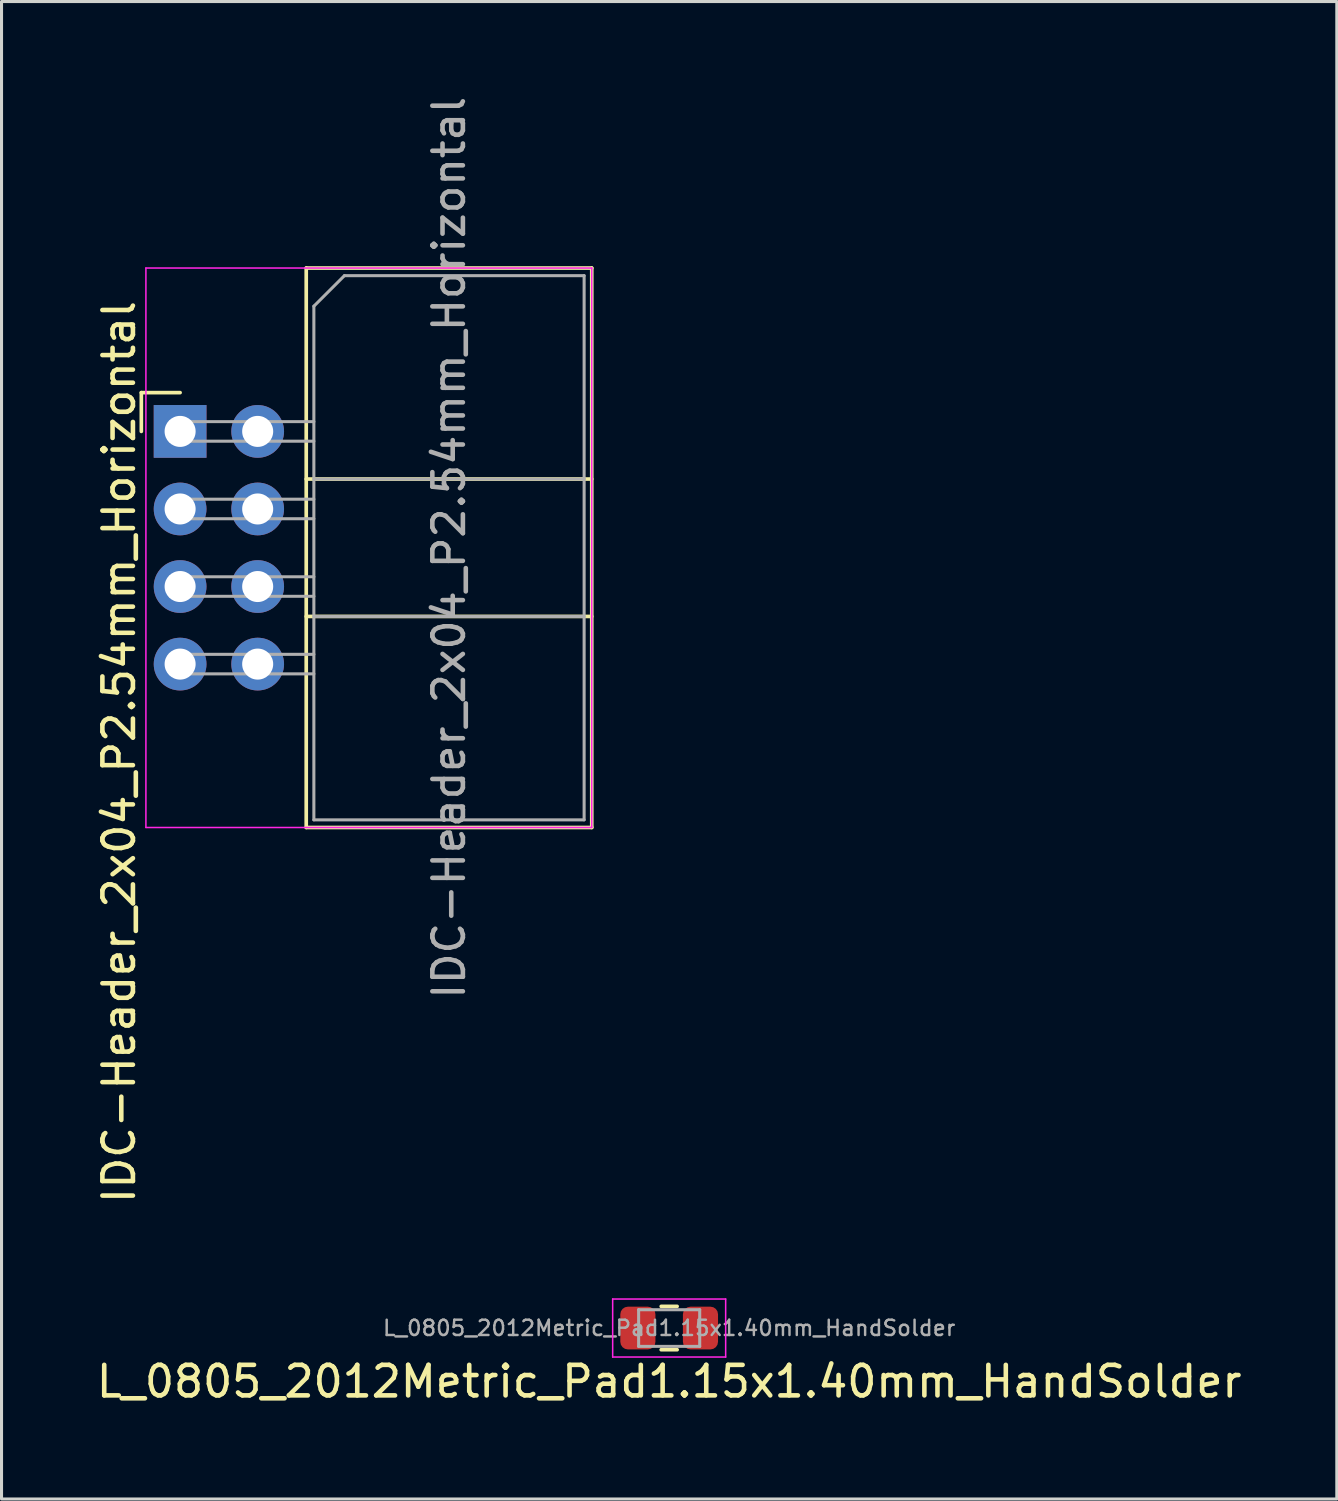
<source format=kicad_pcb>
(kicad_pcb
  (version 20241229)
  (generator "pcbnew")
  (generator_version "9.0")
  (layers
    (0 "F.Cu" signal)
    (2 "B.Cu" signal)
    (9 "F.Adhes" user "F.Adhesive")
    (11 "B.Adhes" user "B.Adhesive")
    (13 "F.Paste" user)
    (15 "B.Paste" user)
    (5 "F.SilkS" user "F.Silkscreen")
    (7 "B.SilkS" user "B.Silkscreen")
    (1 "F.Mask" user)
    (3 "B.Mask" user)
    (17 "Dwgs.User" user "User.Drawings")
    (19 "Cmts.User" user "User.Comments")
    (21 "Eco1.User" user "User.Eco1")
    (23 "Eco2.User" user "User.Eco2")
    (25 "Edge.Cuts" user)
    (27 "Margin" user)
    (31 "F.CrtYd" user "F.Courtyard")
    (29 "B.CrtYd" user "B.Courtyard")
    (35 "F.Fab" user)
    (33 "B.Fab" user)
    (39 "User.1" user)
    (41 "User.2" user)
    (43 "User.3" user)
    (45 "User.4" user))
  (footprint "L_0805_2012Metric_Pad1.15x1.40mm_HandSolder"
    (layer "F.Cu")
    (at 18.863 40.439)
    (property "Reference" "L_0805_2012Metric_Pad1.15x1.40mm_HandSolder" (at 0 1.75 0) (layer "F.SilkS") (effects (font (size 1 1) (thickness 0.15))))
    (attr smd)
    (fp_line (start -0.261 -0.71) (end 0.261 -0.71) (stroke (width 0.12) (type solid)) (layer "F.SilkS"))
    (fp_line (start -0.261 0.71) (end 0.261 0.71) (stroke (width 0.12) (type solid)) (layer "F.SilkS"))
    (fp_line (start -1.85 -0.95) (end 1.85 -0.95) (stroke (width 0.05) (type solid)) (layer "F.CrtYd"))
    (fp_line (start -1.85 0.95) (end -1.85 -0.95) (stroke (width 0.05) (type solid)) (layer "F.CrtYd"))
    (fp_line (start 1.85 -0.95) (end 1.85 0.95) (stroke (width 0.05) (type solid)) (layer "F.CrtYd"))
    (fp_line (start 1.85 0.95) (end -1.85 0.95) (stroke (width 0.05) (type solid)) (layer "F.CrtYd"))
    (fp_line (start -1 -0.6) (end 1 -0.6) (stroke (width 0.1) (type solid)) (layer "F.Fab"))
    (fp_line (start -1 0.6) (end -1 -0.6) (stroke (width 0.1) (type solid)) (layer "F.Fab"))
    (fp_line (start 1 -0.6) (end 1 0.6) (stroke (width 0.1) (type solid)) (layer "F.Fab"))
    (fp_line (start 1 0.6) (end -1 0.6) (stroke (width 0.1) (type solid)) (layer "F.Fab"))
    (fp_text user "${REFERENCE}" (at 0 0 0) (layer "F.Fab") (effects (font (size 0.5 0.5) (thickness 0.08))))
    (pad "1" smd roundrect (at -1.025 0) (size 1.15 1.4) (layers "F.Cu" "F.Mask" "F.Paste") (roundrect_rratio 0.217))
    (pad "2" smd roundrect (at 1.025 0) (size 1.15 1.4) (layers "F.Cu" "F.Mask" "F.Paste") (roundrect_rratio 0.217)))
  (footprint "IDC-Header_2x04_P2.54mm_Horizontal"
    (layer "F.Cu")
    (at 2.848 11.077)
    (property "Reference" "IDC-Header_2x04_P2.54mm_Horizontal" (at -2 10.5 270) (layer "F.SilkS") (effects (font (size 1 1) (thickness 0.15))))
    (attr through_hole)
    (fp_line (start -1.27 -1.27) (end -1.27 0) (stroke (width 0.12) (type solid)) (layer "F.SilkS"))
    (fp_line (start 0 -1.27) (end -1.27 -1.27) (stroke (width 0.12) (type solid)) (layer "F.SilkS"))
    (fp_line (start 4.13 -5.35) (end 13.48 -5.35) (stroke (width 0.12) (type solid)) (layer "F.SilkS"))
    (fp_line (start 4.13 1.56) (end 13.48 1.56) (stroke (width 0.12) (type solid)) (layer "F.SilkS"))
    (fp_line (start 4.13 6.06) (end 13.48 6.06) (stroke (width 0.12) (type solid)) (layer "F.SilkS"))
    (fp_line (start 4.13 12.97) (end 4.13 -5.35) (stroke (width 0.12) (type solid)) (layer "F.SilkS"))
    (fp_line (start 4.13 12.97) (end 13.48 12.97) (stroke (width 0.12) (type solid)) (layer "F.SilkS"))
    (fp_line (start 13.48 -5.35) (end 13.48 12.97) (stroke (width 0.12) (type solid)) (layer "F.SilkS"))
    (fp_line (start -1.12 -5.35) (end 13.48 -5.35) (stroke (width 0.05) (type solid)) (layer "F.CrtYd"))
    (fp_line (start -1.12 12.97) (end -1.12 -5.35) (stroke (width 0.05) (type solid)) (layer "F.CrtYd"))
    (fp_line (start 13.48 -5.35) (end 13.48 12.97) (stroke (width 0.05) (type solid)) (layer "F.CrtYd"))
    (fp_line (start 13.48 12.97) (end -1.12 12.97) (stroke (width 0.05) (type solid)) (layer "F.CrtYd"))
    (fp_line (start -0.32 -0.32) (end -0.32 0.32) (stroke (width 0.1) (type solid)) (layer "F.Fab"))
    (fp_line (start -0.32 0.32) (end 4.38 0.32) (stroke (width 0.1) (type solid)) (layer "F.Fab"))
    (fp_line (start -0.32 2.22) (end -0.32 2.86) (stroke (width 0.1) (type solid)) (layer "F.Fab"))
    (fp_line (start -0.32 2.86) (end 4.38 2.86) (stroke (width 0.1) (type solid)) (layer "F.Fab"))
    (fp_line (start -0.32 4.76) (end -0.32 5.4) (stroke (width 0.1) (type solid)) (layer "F.Fab"))
    (fp_line (start -0.32 5.4) (end 4.38 5.4) (stroke (width 0.1) (type solid)) (layer "F.Fab"))
    (fp_line (start -0.32 7.3) (end -0.32 7.94) (stroke (width 0.1) (type solid)) (layer "F.Fab"))
    (fp_line (start -0.32 7.94) (end 4.38 7.94) (stroke (width 0.1) (type solid)) (layer "F.Fab"))
    (fp_line (start 4.38 -4.1) (end 5.38 -5.1) (stroke (width 0.1) (type solid)) (layer "F.Fab"))
    (fp_line (start 4.38 -0.32) (end -0.32 -0.32) (stroke (width 0.1) (type solid)) (layer "F.Fab"))
    (fp_line (start 4.38 1.56) (end 13.23 1.56) (stroke (width 0.1) (type solid)) (layer "F.Fab"))
    (fp_line (start 4.38 2.22) (end -0.32 2.22) (stroke (width 0.1) (type solid)) (layer "F.Fab"))
    (fp_line (start 4.38 4.76) (end -0.32 4.76) (stroke (width 0.1) (type solid)) (layer "F.Fab"))
    (fp_line (start 4.38 6.06) (end 13.23 6.06) (stroke (width 0.1) (type solid)) (layer "F.Fab"))
    (fp_line (start 4.38 7.3) (end -0.32 7.3) (stroke (width 0.1) (type solid)) (layer "F.Fab"))
    (fp_line (start 4.38 12.72) (end 4.38 -4.1) (stroke (width 0.1) (type solid)) (layer "F.Fab"))
    (fp_line (start 4.38 12.72) (end 13.23 12.72) (stroke (width 0.1) (type solid)) (layer "F.Fab"))
    (fp_line (start 5.38 -5.1) (end 13.23 -5.1) (stroke (width 0.1) (type solid)) (layer "F.Fab"))
    (fp_line (start 13.23 12.72) (end 13.23 -5.1) (stroke (width 0.1) (type solid)) (layer "F.Fab"))
    (fp_text user "${REFERENCE}" (at 8.805 3.81 90) (layer "F.Fab") (effects (font (size 1 1) (thickness 0.15))))
    (pad "1" thru_hole rect (at 0 0) (size 1.727 1.727) (drill 1.016) (layers "*.Cu" "*.Mask"))
    (pad "2" thru_hole oval (at 2.54 0) (size 1.727 1.727) (drill 1.016) (layers "*.Cu" "*.Mask"))
    (pad "3" thru_hole oval (at 0 2.54) (size 1.727 1.727) (drill 1.016) (layers "*.Cu" "*.Mask"))
    (pad "4" thru_hole oval (at 2.54 2.54) (size 1.727 1.727) (drill 1.016) (layers "*.Cu" "*.Mask"))
    (pad "5" thru_hole oval (at 0 5.08) (size 1.727 1.727) (drill 1.016) (layers "*.Cu" "*.Mask"))
    (pad "6" thru_hole oval (at 2.54 5.08) (size 1.727 1.727) (drill 1.016) (layers "*.Cu" "*.Mask"))
    (pad "7" thru_hole oval (at 0 7.62) (size 1.727 1.727) (drill 1.016) (layers "*.Cu" "*.Mask"))
    (pad "8" thru_hole oval (at 2.54 7.62) (size 1.727 1.727) (drill 1.016) (layers "*.Cu" "*.Mask")))
  (gr_rect
    (start -3 -3)
    (end 40.726 46.037)
    (stroke (width 0.1) (type default))
    (fill no)
    (layer "Edge.Cuts")))
</source>
